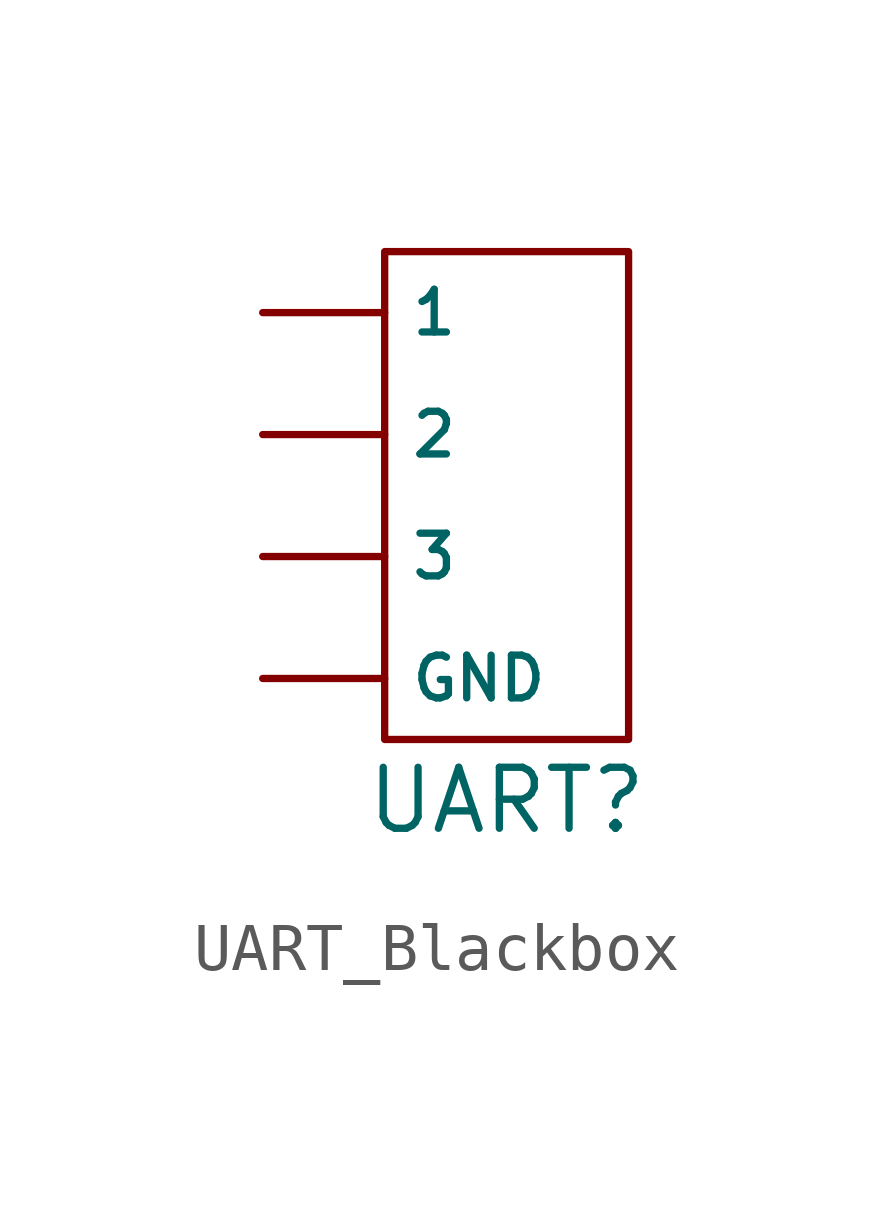
<source format=kicad_sym>
(kicad_symbol_lib
  (version 20231120)
  (generator "kicad_symbol_editor")
  (generator_version "8.0")
  (symbol "UART_Blackbox"
    (property "Reference" "UART"
      (at 0 -6.35 0)
      (effects (font (size 1.27 1.27))))
    (property "Value" ""
      (at 0 0 0)
      (effects (font (size 1.27 1.27))))
    (symbol "UART_Blackbox_1_1"
      (rectangle (start -2.54 5.08) (end 2.54 -5.08) (stroke (width 0) (type default)) (fill (type none)))
      (pin bidirectional line (at -5.08 3.81 0) (length 2.54) (name "1" (effects (font (size 0.889 0.889)))) (number "" (effects (font (size 0.889 0.889)))))
      (pin bidirectional line (at -5.08 1.27 0) (length 2.54) (name "2" (effects (font (size 0.889 0.889)))) (number "" (effects (font (size 0.889 0.889)))))
      (pin bidirectional line (at -5.08 -1.27 0) (length 2.54) (name "3" (effects (font (size 0.889 0.889)))) (number "" (effects (font (size 0.889 0.889)))))
      (pin bidirectional line (at -5.08 -3.81 0) (length 2.54) (name "GND" (effects (font (size 0.889 0.889)))) (number "" (effects (font (size 0.889 0.889))))))))
</source>
